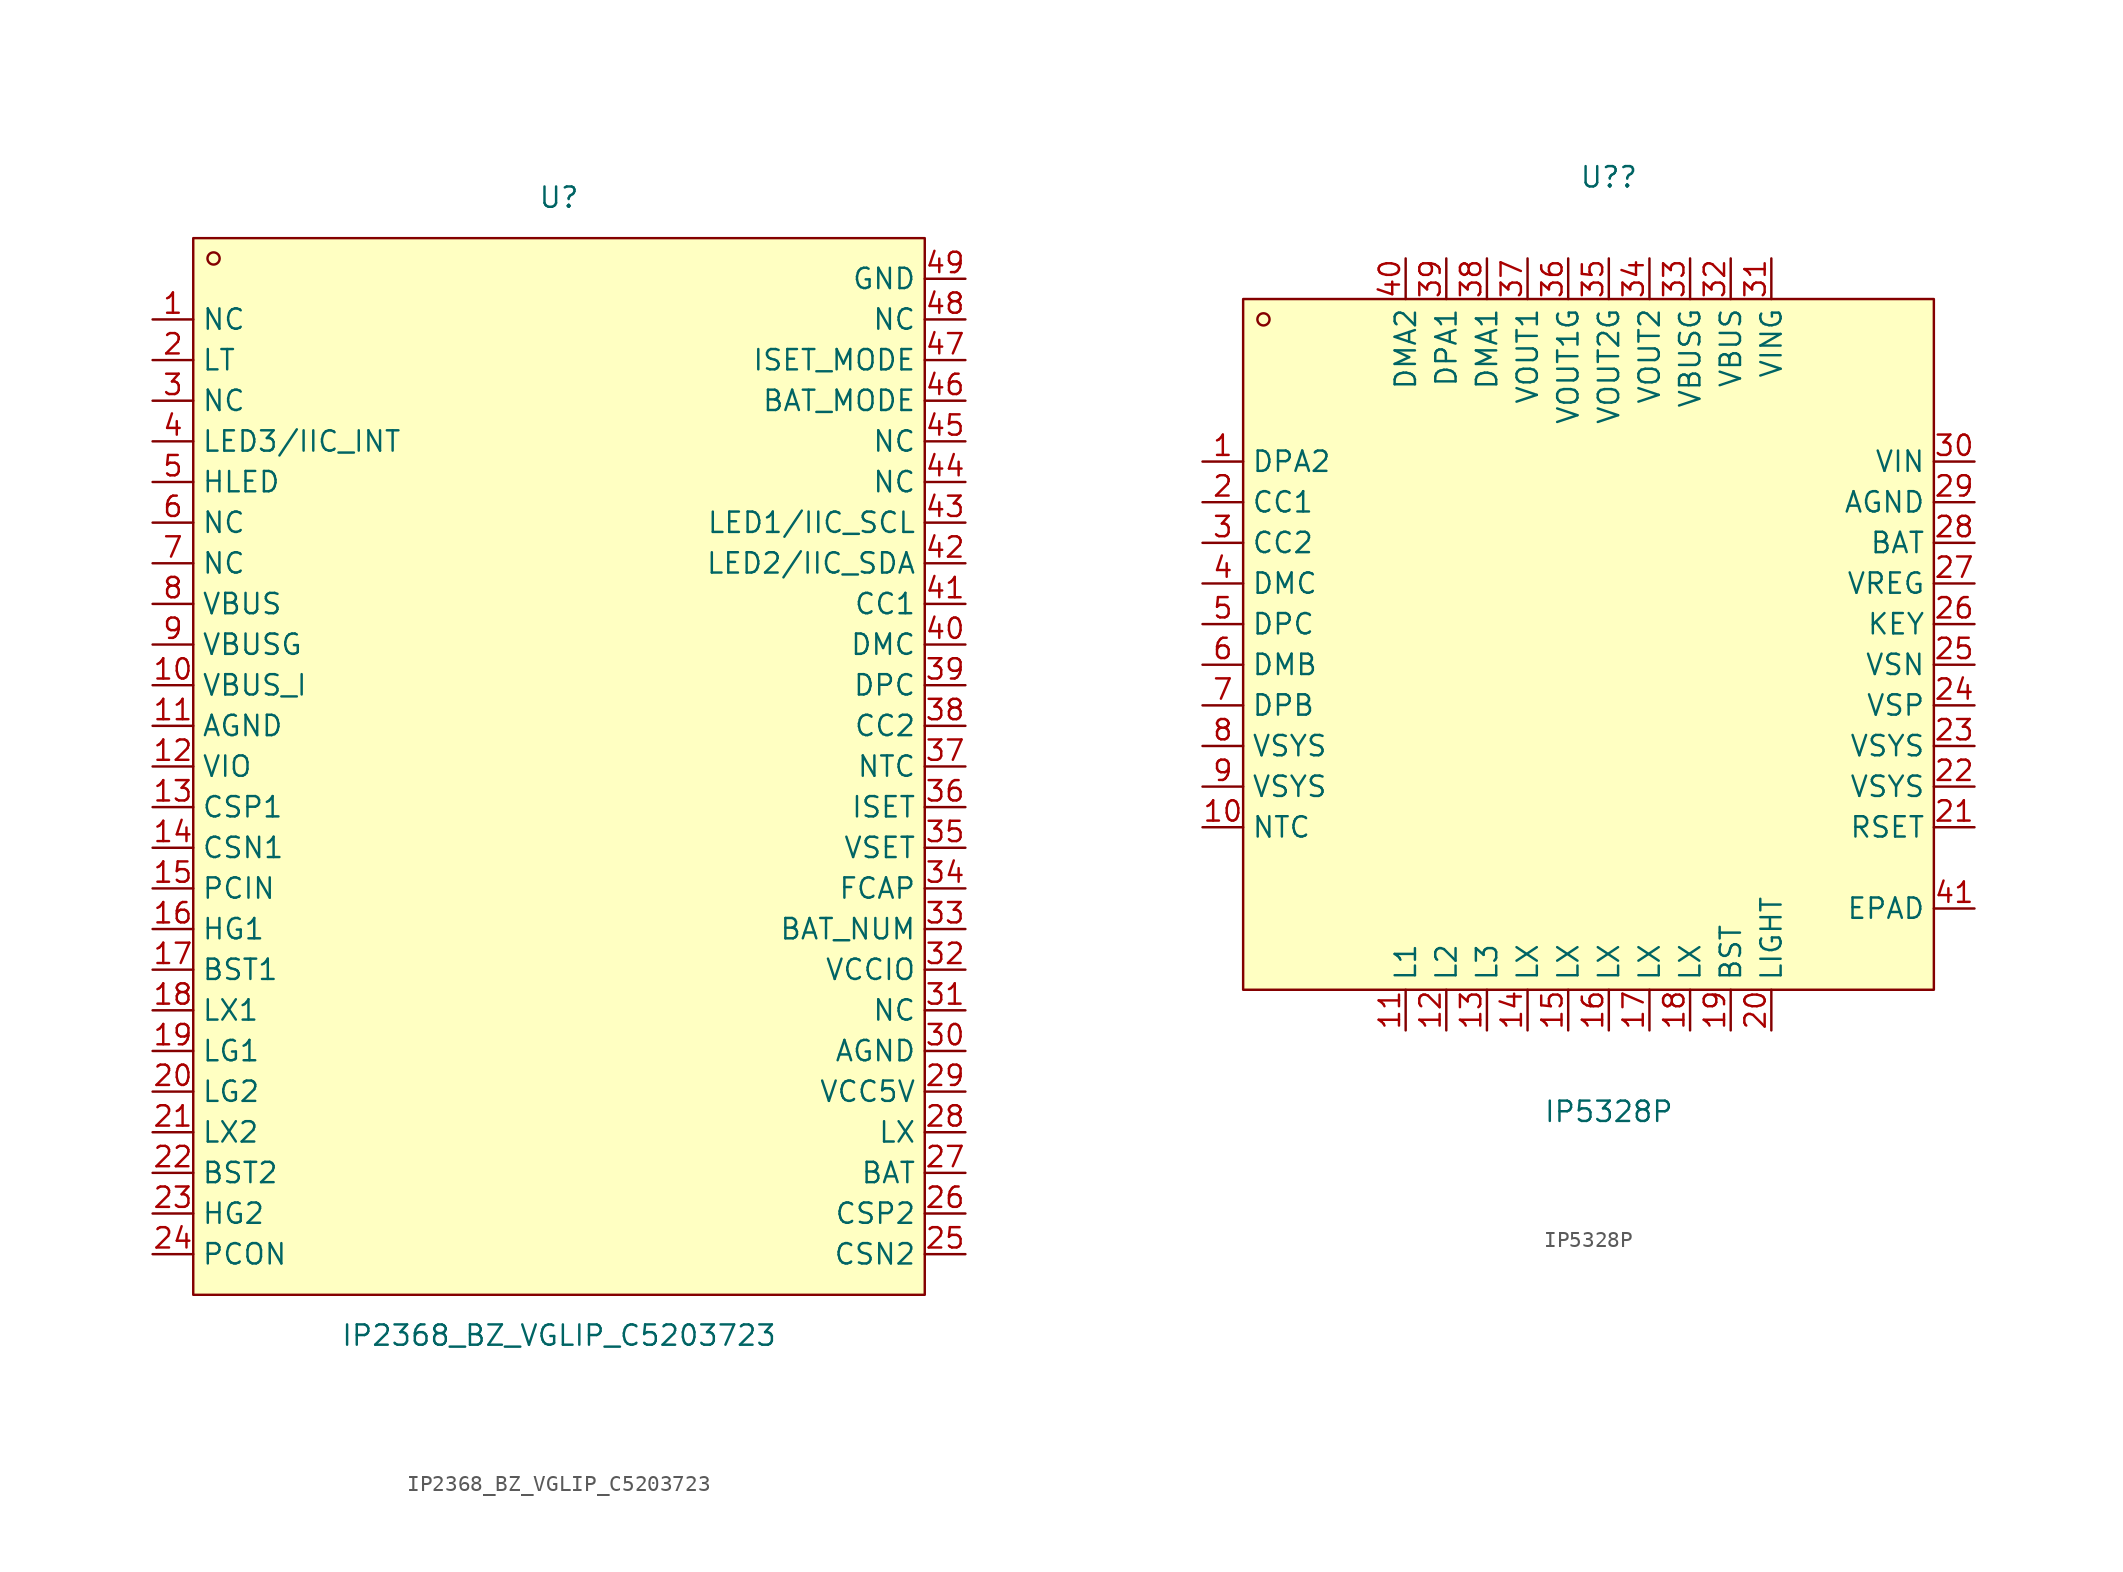
<source format=kicad_sym>
(kicad_symbol_lib
  (version 20211014)
  (generator https://github.com/uPesy/easyeda2kicad.py)
  (symbol "IP2368_BZ_VGLIP_C5203723"
    (property "Reference" "U"
      (at 0 35.56 0)
      (effects (font (size 1.27 1.27))))
    (property "Value" "IP2368_BZ_VGLIP_C5203723"
      (at 0 -35.56 0)
      (effects (font (size 1.27 1.27))))
    (symbol "IP2368_BZ_VGLIP_C5203723_0_1"
      (rectangle (start -22.86 33.02) (end 22.86 -33.02) (stroke (width 0) (type default) (color 0 0 0 0)) (fill (type background)))
      (circle (center -21.59 31.75) (radius 0.38) (stroke (width 0) (type default) (color 0 0 0 0)) (fill (type none)))
      (pin unspecified line (at -25.40 27.94 0) (length 2.54) (name "NC" (effects (font (size 1.27 1.27)))) (number "1" (effects (font (size 1.27 1.27)))))
      (pin unspecified line (at -25.40 25.40 0) (length 2.54) (name "LT" (effects (font (size 1.27 1.27)))) (number "2" (effects (font (size 1.27 1.27)))))
      (pin unspecified line (at -25.40 22.86 0) (length 2.54) (name "NC" (effects (font (size 1.27 1.27)))) (number "3" (effects (font (size 1.27 1.27)))))
      (pin unspecified line (at -25.40 20.32 0) (length 2.54) (name "LED3/IIC_INT" (effects (font (size 1.27 1.27)))) (number "4" (effects (font (size 1.27 1.27)))))
      (pin unspecified line (at -25.40 17.78 0) (length 2.54) (name "HLED" (effects (font (size 1.27 1.27)))) (number "5" (effects (font (size 1.27 1.27)))))
      (pin unspecified line (at -25.40 15.24 0) (length 2.54) (name "NC" (effects (font (size 1.27 1.27)))) (number "6" (effects (font (size 1.27 1.27)))))
      (pin unspecified line (at -25.40 12.70 0) (length 2.54) (name "NC" (effects (font (size 1.27 1.27)))) (number "7" (effects (font (size 1.27 1.27)))))
      (pin unspecified line (at -25.40 10.16 0) (length 2.54) (name "VBUS" (effects (font (size 1.27 1.27)))) (number "8" (effects (font (size 1.27 1.27)))))
      (pin unspecified line (at -25.40 7.62 0) (length 2.54) (name "VBUSG" (effects (font (size 1.27 1.27)))) (number "9" (effects (font (size 1.27 1.27)))))
      (pin unspecified line (at -25.40 5.08 0) (length 2.54) (name "VBUS_I" (effects (font (size 1.27 1.27)))) (number "10" (effects (font (size 1.27 1.27)))))
      (pin unspecified line (at -25.40 2.54 0) (length 2.54) (name "AGND" (effects (font (size 1.27 1.27)))) (number "11" (effects (font (size 1.27 1.27)))))
      (pin unspecified line (at -25.40 -0.00 0) (length 2.54) (name "VIO" (effects (font (size 1.27 1.27)))) (number "12" (effects (font (size 1.27 1.27)))))
      (pin unspecified line (at -25.40 -2.54 0) (length 2.54) (name "CSP1" (effects (font (size 1.27 1.27)))) (number "13" (effects (font (size 1.27 1.27)))))
      (pin unspecified line (at -25.40 -5.08 0) (length 2.54) (name "CSN1" (effects (font (size 1.27 1.27)))) (number "14" (effects (font (size 1.27 1.27)))))
      (pin unspecified line (at -25.40 -7.62 0) (length 2.54) (name "PCIN" (effects (font (size 1.27 1.27)))) (number "15" (effects (font (size 1.27 1.27)))))
      (pin unspecified line (at -25.40 -10.16 0) (length 2.54) (name "HG1" (effects (font (size 1.27 1.27)))) (number "16" (effects (font (size 1.27 1.27)))))
      (pin unspecified line (at -25.40 -12.70 0) (length 2.54) (name "BST1" (effects (font (size 1.27 1.27)))) (number "17" (effects (font (size 1.27 1.27)))))
      (pin unspecified line (at -25.40 -15.24 0) (length 2.54) (name "LX1" (effects (font (size 1.27 1.27)))) (number "18" (effects (font (size 1.27 1.27)))))
      (pin unspecified line (at -25.40 -17.78 0) (length 2.54) (name "LG1" (effects (font (size 1.27 1.27)))) (number "19" (effects (font (size 1.27 1.27)))))
      (pin unspecified line (at -25.40 -20.32 0) (length 2.54) (name "LG2" (effects (font (size 1.27 1.27)))) (number "20" (effects (font (size 1.27 1.27)))))
      (pin unspecified line (at -25.40 -22.86 0) (length 2.54) (name "LX2" (effects (font (size 1.27 1.27)))) (number "21" (effects (font (size 1.27 1.27)))))
      (pin unspecified line (at -25.40 -25.40 0) (length 2.54) (name "BST2" (effects (font (size 1.27 1.27)))) (number "22" (effects (font (size 1.27 1.27)))))
      (pin unspecified line (at -25.40 -27.94 0) (length 2.54) (name "HG2" (effects (font (size 1.27 1.27)))) (number "23" (effects (font (size 1.27 1.27)))))
      (pin unspecified line (at -25.40 -30.48 0) (length 2.54) (name "PCON" (effects (font (size 1.27 1.27)))) (number "24" (effects (font (size 1.27 1.27)))))
      (pin unspecified line (at 25.40 -30.48 180) (length 2.54) (name "CSN2" (effects (font (size 1.27 1.27)))) (number "25" (effects (font (size 1.27 1.27)))))
      (pin unspecified line (at 25.40 -27.94 180) (length 2.54) (name "CSP2" (effects (font (size 1.27 1.27)))) (number "26" (effects (font (size 1.27 1.27)))))
      (pin unspecified line (at 25.40 -25.40 180) (length 2.54) (name "BAT" (effects (font (size 1.27 1.27)))) (number "27" (effects (font (size 1.27 1.27)))))
      (pin unspecified line (at 25.40 -22.86 180) (length 2.54) (name "LX" (effects (font (size 1.27 1.27)))) (number "28" (effects (font (size 1.27 1.27)))))
      (pin unspecified line (at 25.40 -20.32 180) (length 2.54) (name "VCC5V" (effects (font (size 1.27 1.27)))) (number "29" (effects (font (size 1.27 1.27)))))
      (pin unspecified line (at 25.40 -17.78 180) (length 2.54) (name "AGND" (effects (font (size 1.27 1.27)))) (number "30" (effects (font (size 1.27 1.27)))))
      (pin unspecified line (at 25.40 -15.24 180) (length 2.54) (name "NC" (effects (font (size 1.27 1.27)))) (number "31" (effects (font (size 1.27 1.27)))))
      (pin unspecified line (at 25.40 -12.70 180) (length 2.54) (name "VCCIO" (effects (font (size 1.27 1.27)))) (number "32" (effects (font (size 1.27 1.27)))))
      (pin unspecified line (at 25.40 -10.16 180) (length 2.54) (name "BAT_NUM" (effects (font (size 1.27 1.27)))) (number "33" (effects (font (size 1.27 1.27)))))
      (pin unspecified line (at 25.40 -7.62 180) (length 2.54) (name "FCAP" (effects (font (size 1.27 1.27)))) (number "34" (effects (font (size 1.27 1.27)))))
      (pin unspecified line (at 25.40 -5.08 180) (length 2.54) (name "VSET" (effects (font (size 1.27 1.27)))) (number "35" (effects (font (size 1.27 1.27)))))
      (pin unspecified line (at 25.40 -2.54 180) (length 2.54) (name "ISET" (effects (font (size 1.27 1.27)))) (number "36" (effects (font (size 1.27 1.27)))))
      (pin unspecified line (at 25.40 -0.00 180) (length 2.54) (name "NTC" (effects (font (size 1.27 1.27)))) (number "37" (effects (font (size 1.27 1.27)))))
      (pin unspecified line (at 25.40 2.54 180) (length 2.54) (name "CC2" (effects (font (size 1.27 1.27)))) (number "38" (effects (font (size 1.27 1.27)))))
      (pin unspecified line (at 25.40 5.08 180) (length 2.54) (name "DPC" (effects (font (size 1.27 1.27)))) (number "39" (effects (font (size 1.27 1.27)))))
      (pin unspecified line (at 25.40 7.62 180) (length 2.54) (name "DMC" (effects (font (size 1.27 1.27)))) (number "40" (effects (font (size 1.27 1.27)))))
      (pin unspecified line (at 25.40 10.16 180) (length 2.54) (name "CC1" (effects (font (size 1.27 1.27)))) (number "41" (effects (font (size 1.27 1.27)))))
      (pin unspecified line (at 25.40 12.70 180) (length 2.54) (name "LED2/IIC_SDA" (effects (font (size 1.27 1.27)))) (number "42" (effects (font (size 1.27 1.27)))))
      (pin unspecified line (at 25.40 15.24 180) (length 2.54) (name "LED1/IIC_SCL" (effects (font (size 1.27 1.27)))) (number "43" (effects (font (size 1.27 1.27)))))
      (pin unspecified line (at 25.40 17.78 180) (length 2.54) (name "NC" (effects (font (size 1.27 1.27)))) (number "44" (effects (font (size 1.27 1.27)))))
      (pin unspecified line (at 25.40 20.32 180) (length 2.54) (name "NC" (effects (font (size 1.27 1.27)))) (number "45" (effects (font (size 1.27 1.27)))))
      (pin unspecified line (at 25.40 22.86 180) (length 2.54) (name "BAT_MODE" (effects (font (size 1.27 1.27)))) (number "46" (effects (font (size 1.27 1.27)))))
      (pin unspecified line (at 25.40 25.40 180) (length 2.54) (name "ISET_MODE" (effects (font (size 1.27 1.27)))) (number "47" (effects (font (size 1.27 1.27)))))
      (pin unspecified line (at 25.40 27.94 180) (length 2.54) (name "NC" (effects (font (size 1.27 1.27)))) (number "48" (effects (font (size 1.27 1.27)))))
      (pin unspecified line (at 25.40 30.48 180) (length 2.54) (name "GND" (effects (font (size 1.27 1.27)))) (number "49" (effects (font (size 1.27 1.27)))))))
  (symbol "IP5328P"
    (property "Reference" "U?"
      (at 0 27.94 0)
      (effects (font (size 1.27 1.27))))
    (property "Value" "IP5328P"
      (at 0 -30.48 0)
      (effects (font (size 1.27 1.27))))
    (symbol "IP5328P_0_1"
      (rectangle (start -22.86 20.32) (end 20.32 -22.86) (stroke (width 0) (type default) (color 0 0 0 0)) (fill (type background)))
      (circle (center -21.59 19.05) (radius 0.38) (stroke (width 0) (type default) (color 0 0 0 0)) (fill (type none)))
      (pin unspecified line (at -25.40 10.16 0) (length 2.54) (name "DPA2" (effects (font (size 1.27 1.27)))) (number "1" (effects (font (size 1.27 1.27)))))
      (pin unspecified line (at -25.40 7.62 0) (length 2.54) (name "CC1" (effects (font (size 1.27 1.27)))) (number "2" (effects (font (size 1.27 1.27)))))
      (pin unspecified line (at -25.40 5.08 0) (length 2.54) (name "CC2" (effects (font (size 1.27 1.27)))) (number "3" (effects (font (size 1.27 1.27)))))
      (pin unspecified line (at -25.40 2.54 0) (length 2.54) (name "DMC" (effects (font (size 1.27 1.27)))) (number "4" (effects (font (size 1.27 1.27)))))
      (pin unspecified line (at -25.40 -0.00 0) (length 2.54) (name "DPC" (effects (font (size 1.27 1.27)))) (number "5" (effects (font (size 1.27 1.27)))))
      (pin unspecified line (at -25.40 -2.54 0) (length 2.54) (name "DMB" (effects (font (size 1.27 1.27)))) (number "6" (effects (font (size 1.27 1.27)))))
      (pin unspecified line (at -25.40 -5.08 0) (length 2.54) (name "DPB" (effects (font (size 1.27 1.27)))) (number "7" (effects (font (size 1.27 1.27)))))
      (pin unspecified line (at -25.40 -7.62 0) (length 2.54) (name "VSYS" (effects (font (size 1.27 1.27)))) (number "8" (effects (font (size 1.27 1.27)))))
      (pin unspecified line (at -25.40 -10.16 0) (length 2.54) (name "VSYS" (effects (font (size 1.27 1.27)))) (number "9" (effects (font (size 1.27 1.27)))))
      (pin unspecified line (at -25.40 -12.70 0) (length 2.54) (name "NTC" (effects (font (size 1.27 1.27)))) (number "10" (effects (font (size 1.27 1.27)))))
      (pin unspecified line (at -12.70 -25.40 90) (length 2.54) (name "L1" (effects (font (size 1.27 1.27)))) (number "11" (effects (font (size 1.27 1.27)))))
      (pin unspecified line (at -10.16 -25.40 90) (length 2.54) (name "L2" (effects (font (size 1.27 1.27)))) (number "12" (effects (font (size 1.27 1.27)))))
      (pin unspecified line (at -7.62 -25.40 90) (length 2.54) (name "L3" (effects (font (size 1.27 1.27)))) (number "13" (effects (font (size 1.27 1.27)))))
      (pin unspecified line (at -5.08 -25.40 90) (length 2.54) (name "LX" (effects (font (size 1.27 1.27)))) (number "14" (effects (font (size 1.27 1.27)))))
      (pin unspecified line (at -2.54 -25.40 90) (length 2.54) (name "LX" (effects (font (size 1.27 1.27)))) (number "15" (effects (font (size 1.27 1.27)))))
      (pin unspecified line (at 0.00 -25.40 90) (length 2.54) (name "LX" (effects (font (size 1.27 1.27)))) (number "16" (effects (font (size 1.27 1.27)))))
      (pin unspecified line (at 2.54 -25.40 90) (length 2.54) (name "LX" (effects (font (size 1.27 1.27)))) (number "17" (effects (font (size 1.27 1.27)))))
      (pin unspecified line (at 5.08 -25.40 90) (length 2.54) (name "LX" (effects (font (size 1.27 1.27)))) (number "18" (effects (font (size 1.27 1.27)))))
      (pin unspecified line (at 7.62 -25.40 90) (length 2.54) (name "BST" (effects (font (size 1.27 1.27)))) (number "19" (effects (font (size 1.27 1.27)))))
      (pin unspecified line (at 10.16 -25.40 90) (length 2.54) (name "LIGHT" (effects (font (size 1.27 1.27)))) (number "20" (effects (font (size 1.27 1.27)))))
      (pin unspecified line (at 22.86 -12.70 180) (length 2.54) (name "RSET" (effects (font (size 1.27 1.27)))) (number "21" (effects (font (size 1.27 1.27)))))
      (pin unspecified line (at 22.86 -10.16 180) (length 2.54) (name "VSYS" (effects (font (size 1.27 1.27)))) (number "22" (effects (font (size 1.27 1.27)))))
      (pin unspecified line (at 22.86 -7.62 180) (length 2.54) (name "VSYS" (effects (font (size 1.27 1.27)))) (number "23" (effects (font (size 1.27 1.27)))))
      (pin unspecified line (at 22.86 -5.08 180) (length 2.54) (name "VSP" (effects (font (size 1.27 1.27)))) (number "24" (effects (font (size 1.27 1.27)))))
      (pin unspecified line (at 22.86 -2.54 180) (length 2.54) (name "VSN" (effects (font (size 1.27 1.27)))) (number "25" (effects (font (size 1.27 1.27)))))
      (pin unspecified line (at 22.86 -0.00 180) (length 2.54) (name "KEY" (effects (font (size 1.27 1.27)))) (number "26" (effects (font (size 1.27 1.27)))))
      (pin unspecified line (at 22.86 2.54 180) (length 2.54) (name "VREG" (effects (font (size 1.27 1.27)))) (number "27" (effects (font (size 1.27 1.27)))))
      (pin unspecified line (at 22.86 5.08 180) (length 2.54) (name "BAT" (effects (font (size 1.27 1.27)))) (number "28" (effects (font (size 1.27 1.27)))))
      (pin unspecified line (at 22.86 7.62 180) (length 2.54) (name "AGND" (effects (font (size 1.27 1.27)))) (number "29" (effects (font (size 1.27 1.27)))))
      (pin unspecified line (at 22.86 10.16 180) (length 2.54) (name "VIN" (effects (font (size 1.27 1.27)))) (number "30" (effects (font (size 1.27 1.27)))))
      (pin unspecified line (at 10.16 22.86 270) (length 2.54) (name "VING" (effects (font (size 1.27 1.27)))) (number "31" (effects (font (size 1.27 1.27)))))
      (pin unspecified line (at 7.62 22.86 270) (length 2.54) (name "VBUS" (effects (font (size 1.27 1.27)))) (number "32" (effects (font (size 1.27 1.27)))))
      (pin unspecified line (at 5.08 22.86 270) (length 2.54) (name "VBUSG" (effects (font (size 1.27 1.27)))) (number "33" (effects (font (size 1.27 1.27)))))
      (pin unspecified line (at 2.54 22.86 270) (length 2.54) (name "VOUT2" (effects (font (size 1.27 1.27)))) (number "34" (effects (font (size 1.27 1.27)))))
      (pin unspecified line (at 0.00 22.86 270) (length 2.54) (name "VOUT2G" (effects (font (size 1.27 1.27)))) (number "35" (effects (font (size 1.27 1.27)))))
      (pin unspecified line (at -2.54 22.86 270) (length 2.54) (name "VOUT1G" (effects (font (size 1.27 1.27)))) (number "36" (effects (font (size 1.27 1.27)))))
      (pin unspecified line (at -5.08 22.86 270) (length 2.54) (name "VOUT1" (effects (font (size 1.27 1.27)))) (number "37" (effects (font (size 1.27 1.27)))))
      (pin unspecified line (at -7.62 22.86 270) (length 2.54) (name "DMA1" (effects (font (size 1.27 1.27)))) (number "38" (effects (font (size 1.27 1.27)))))
      (pin unspecified line (at -10.16 22.86 270) (length 2.54) (name "DPA1" (effects (font (size 1.27 1.27)))) (number "39" (effects (font (size 1.27 1.27)))))
      (pin unspecified line (at -12.70 22.86 270) (length 2.54) (name "DMA2" (effects (font (size 1.27 1.27)))) (number "40" (effects (font (size 1.27 1.27)))))
      (pin unspecified line (at 22.86 -17.78 180) (length 2.54) (name "EPAD" (effects (font (size 1.27 1.27)))) (number "41" (effects (font (size 1.27 1.27))))))))
</source>
